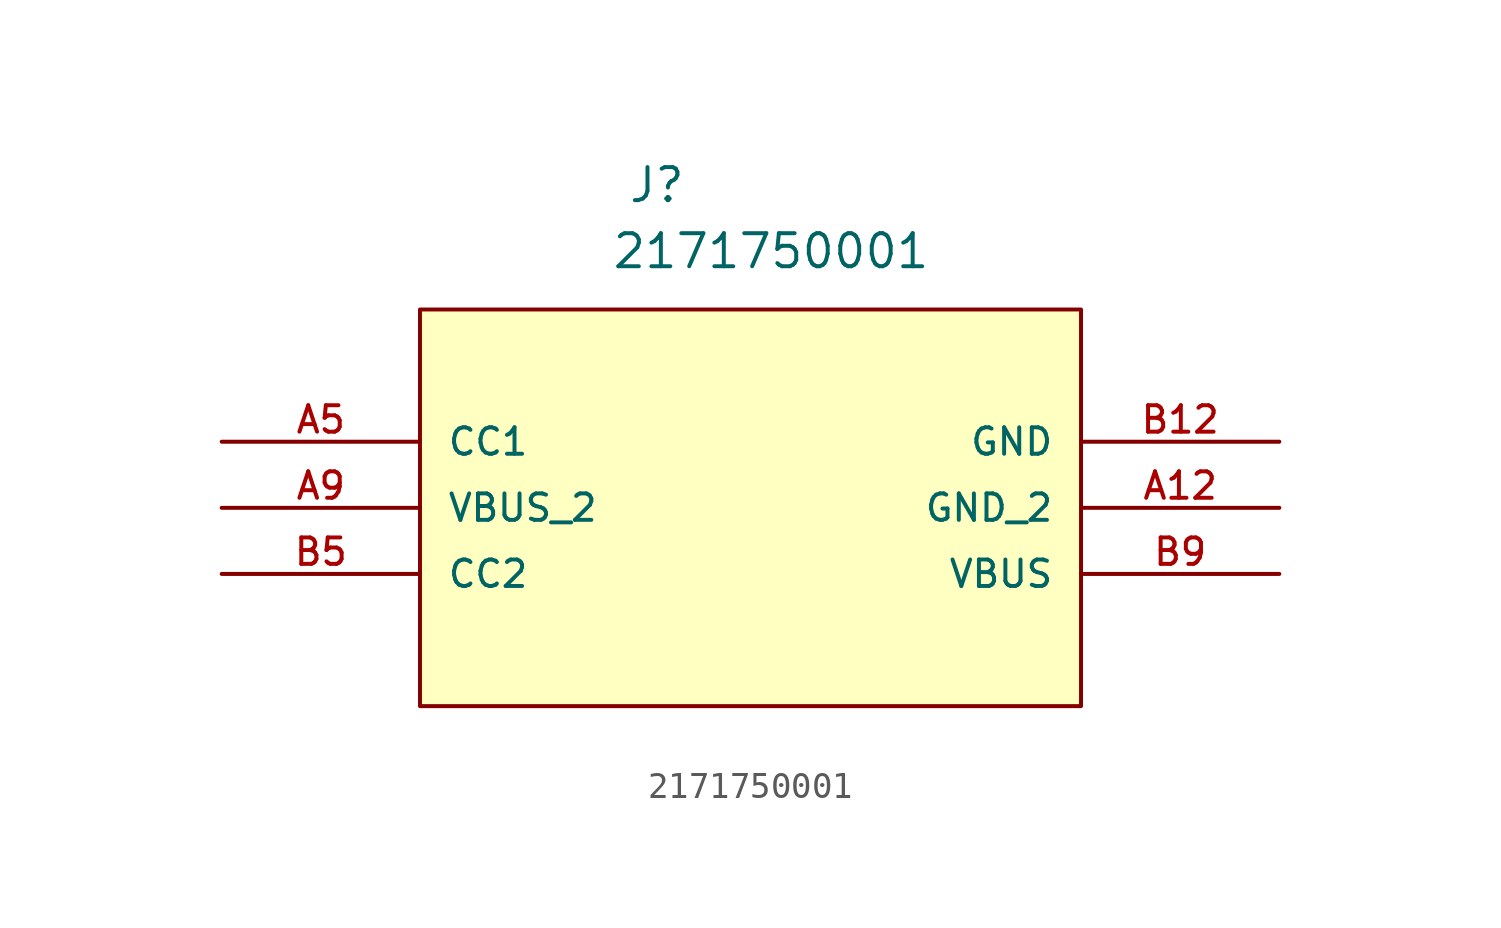
<source format=kicad_sym>
(kicad_symbol_lib
  (version 20211014)
  (generator kicad_symbol_editor)
  (symbol "2171750001"
    (pin_names
      (offset 1.016))
    (property "Reference" "J"
      (at 15.596 9.119 0.0)
      (effects (font (size 1.27 1.27)) (justify bottom left)))
    (property "Value" "2171750001"
      (at 14.961 6.579 0.0)
      (effects (font (size 1.27 1.27)) (justify bottom left)))
    (symbol "2171750001_0_0"
      (rectangle (start 7.62 -10.16) (end 33.02 5.08) (stroke (width 0.152)) (fill (type background)))
      (pin bidirectional line (at 0.0 0.0 0) (length 7.62) (name "CC1" (effects (font (size 1.016 1.016)))) (number "A5" (effects (font (size 1.016 1.016)))))
      (pin power_in line (at 0.0 -2.54 0) (length 7.62) (name "VBUS_2" (effects (font (size 1.016 1.016)))) (number "A9" (effects (font (size 1.016 1.016)))))
      (pin bidirectional line (at 0.0 -5.08 0) (length 7.62) (name "CC2" (effects (font (size 1.016 1.016)))) (number "B5" (effects (font (size 1.016 1.016)))))
      (pin power_in line (at 40.64 -5.08 180.0) (length 7.62) (name "VBUS" (effects (font (size 1.016 1.016)))) (number "B9" (effects (font (size 1.016 1.016)))))
      (pin passive line (at 40.64 -2.54 180.0) (length 7.62) (name "GND_2" (effects (font (size 1.016 1.016)))) (number "A12" (effects (font (size 1.016 1.016)))))
      (pin passive line (at 40.64 0.0 180.0) (length 7.62) (name "GND" (effects (font (size 1.016 1.016)))) (number "B12" (effects (font (size 1.016 1.016))))))))
</source>
